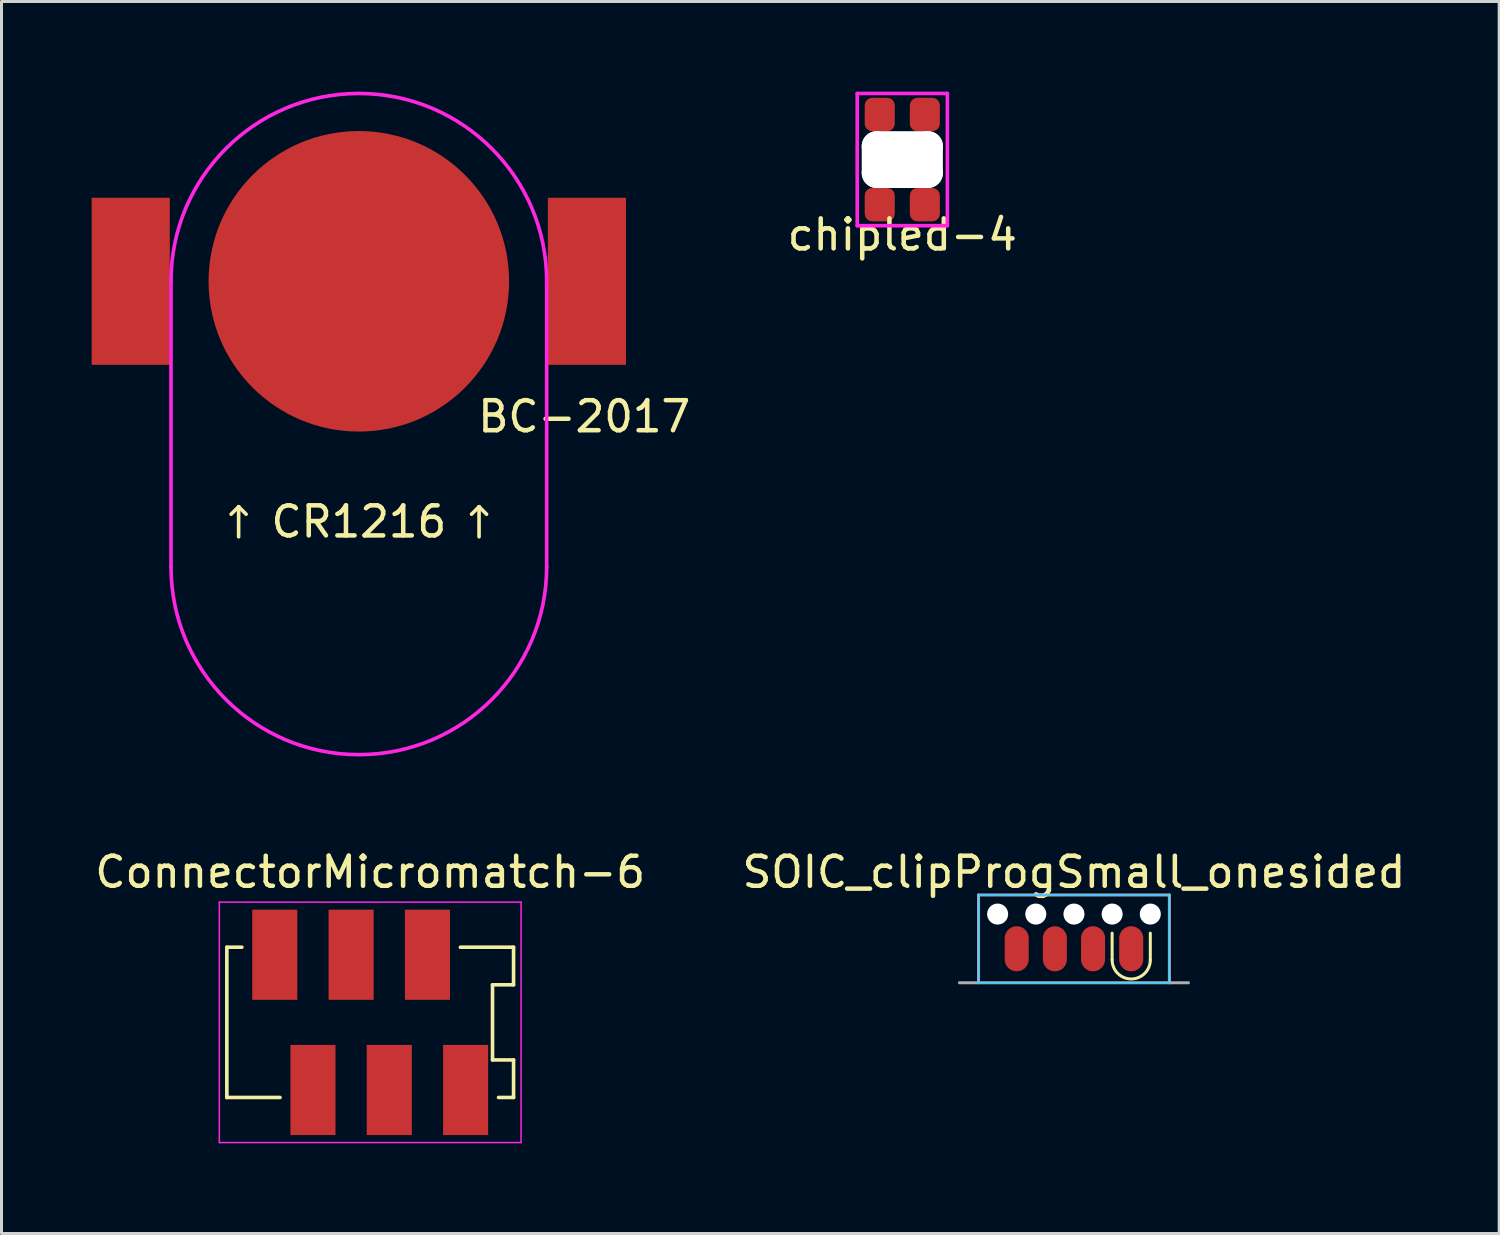
<source format=kicad_pcb>
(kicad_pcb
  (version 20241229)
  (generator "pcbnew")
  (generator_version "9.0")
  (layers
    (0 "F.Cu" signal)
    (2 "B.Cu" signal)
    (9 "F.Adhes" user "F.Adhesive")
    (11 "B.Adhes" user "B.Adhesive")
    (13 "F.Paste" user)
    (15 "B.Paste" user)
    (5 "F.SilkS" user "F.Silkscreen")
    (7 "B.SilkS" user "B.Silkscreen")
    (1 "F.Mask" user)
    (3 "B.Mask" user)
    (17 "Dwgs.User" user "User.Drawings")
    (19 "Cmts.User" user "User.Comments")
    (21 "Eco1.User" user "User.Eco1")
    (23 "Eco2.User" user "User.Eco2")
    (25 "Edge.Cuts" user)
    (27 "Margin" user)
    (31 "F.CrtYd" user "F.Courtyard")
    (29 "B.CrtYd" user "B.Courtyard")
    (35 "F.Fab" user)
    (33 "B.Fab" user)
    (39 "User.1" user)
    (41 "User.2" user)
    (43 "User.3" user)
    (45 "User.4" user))
  (footprint "chipled-4"
    (layer "F.Cu")
    (at 26.973 2.26)
    (property "Reference" "chipled-4" (at 0 2.5 0) (layer "F.SilkS") (effects (font (size 1 1) (thickness 0.15))))
    (attr through_hole)
    (fp_line (start -1.5 -2.2) (end 1.5 -2.2) (stroke (width 0.12) (type solid)) (layer "F.CrtYd"))
    (fp_line (start -1.5 2.2) (end -1.5 -2.2) (stroke (width 0.12) (type solid)) (layer "F.CrtYd"))
    (fp_line (start 1.5 -2.2) (end 1.5 2.2) (stroke (width 0.12) (type solid)) (layer "F.CrtYd"))
    (fp_line (start 1.5 2.2) (end -1.5 2.2) (stroke (width 0.12) (type solid)) (layer "F.CrtYd"))
    (pad "" np_thru_hole oval (at -0.85 0) (size 1 1.89) (drill oval 1 1.89) (layers "*.Cu" "*.Mask"))
    (pad "" np_thru_hole oval (at 0 -0.445) (size 2.7 1) (drill oval 2.7 1) (layers "*.Cu" "*.Mask"))
    (pad "" np_thru_hole oval (at 0 0.445) (size 2.7 1) (drill oval 2.7 1) (layers "*.Cu" "*.Mask"))
    (pad "" np_thru_hole oval (at 0.85 0) (size 1 1.89) (drill oval 1 1.89) (layers "*.Cu" "*.Mask"))
    (pad "1" smd roundrect (at -0.75 -1.5) (size 1 1.11) (layers "F.Cu" "F.Mask" "F.Paste") (roundrect_rratio 0.25))
    (pad "2" smd roundrect (at 0.75 -1.5) (size 1 1.11) (layers "F.Cu" "F.Mask" "F.Paste") (roundrect_rratio 0.25))
    (pad "3" smd roundrect (at 0.75 1.5) (size 1 1.11) (layers "F.Cu" "F.Mask" "F.Paste") (roundrect_rratio 0.25))
    (pad "4" smd roundrect (at -0.75 1.5) (size 1 1.11) (layers "F.Cu" "F.Mask" "F.Paste") (roundrect_rratio 0.25)))
  (footprint "SOIC_clipProgSmall_onesided"
    (layer "F.Cu")
    (at 32.685 29.27)
    (property "Reference" "SOIC_clipProgSmall_onesided" (at 0 -3.302 0) (layer "F.SilkS") (effects (font (size 1 1) (thickness 0.15))))
    (attr through_hole)
    (fp_line (start 1.27 -0.381) (end 1.27 -1.27) (stroke (width 0.1) (type solid)) (layer "F.SilkS"))
    (fp_line (start 2.54 -0.381) (end 2.54 -1.27) (stroke (width 0.1) (type solid)) (layer "F.SilkS"))
    (fp_arc (start 2.54 -0.381) (mid 1.905 0.254) (end 1.27 -0.381) (stroke (width 0.1) (type solid)) (layer "F.SilkS"))
    (fp_line (start -3.175 -2.54) (end 3.175 -2.54) (stroke (width 0.05) (type solid)) (layer "B.CrtYd"))
    (fp_line (start -3.175 0.381) (end -3.175 -2.54) (stroke (width 0.05) (type solid)) (layer "B.CrtYd"))
    (fp_line (start 3.175 -2.54) (end 3.175 0.381) (stroke (width 0.05) (type solid)) (layer "B.CrtYd"))
    (fp_line (start 3.175 0.381) (end -3.175 0.381) (stroke (width 0.05) (type solid)) (layer "B.CrtYd"))
    (fp_line (start -3.175 -2.54) (end -3.175 0.381) (stroke (width 0.05) (type solid)) (layer "F.CrtYd"))
    (fp_line (start -3.175 0.381) (end 3.175 0.381) (stroke (width 0.05) (type solid)) (layer "F.CrtYd"))
    (fp_line (start 3.175 -2.54) (end -3.175 -2.54) (stroke (width 0.05) (type solid)) (layer "F.CrtYd"))
    (fp_line (start 3.175 0.381) (end 3.175 -2.54) (stroke (width 0.05) (type solid)) (layer "F.CrtYd"))
    (fp_line (start -3.81 0.381) (end 3.81 0.381) (stroke (width 0.1) (type solid)) (layer "F.Fab"))
    (fp_line (start -3.175 -2.54) (end -3.175 0.381) (stroke (width 0.1) (type solid)) (layer "F.Fab"))
    (fp_line (start 3.175 -2.54) (end -3.175 -2.54) (stroke (width 0.1) (type solid)) (layer "F.Fab"))
    (fp_line (start 3.175 0.381) (end 3.175 -2.54) (stroke (width 0.1) (type solid)) (layer "F.Fab"))
    (pad "" np_thru_hole circle (at -2.54 -1.905) (size 0.7 0.7) (drill 0.7) (layers "*.Cu" "*.Mask"))
    (pad "" np_thru_hole circle (at -1.27 -1.905) (size 0.7 0.7) (drill 0.7) (layers "*.Cu" "*.Mask"))
    (pad "" np_thru_hole circle (at 0 -1.905) (size 0.7 0.7) (drill 0.7) (layers "*.Cu" "*.Mask"))
    (pad "" np_thru_hole circle (at 1.27 -1.905) (size 0.7 0.7) (drill 0.7) (layers "*.Cu" "*.Mask"))
    (pad "" np_thru_hole circle (at 2.54 -1.905) (size 0.7 0.7) (drill 0.7) (layers "*.Cu" "*.Mask"))
    (pad "1" smd oval (at 1.905 -0.75) (size 0.8 1.5) (layers "F.Cu" "F.Mask"))
    (pad "2" smd oval (at 0.635 -0.75) (size 0.8 1.5) (layers "F.Cu" "F.Mask"))
    (pad "3" smd oval (at -0.635 -0.75) (size 0.8 1.5) (layers "F.Cu" "F.Mask"))
    (pad "4" smd oval (at -1.905 -0.75) (size 0.8 1.5) (layers "F.Cu" "F.Mask")))
  (footprint "BC-2017"
    (layer "F.Cu")
    (at 8.89 6.31)
    (property "Reference" "BC-2017" (at 7.5 4.5 0) (layer "F.SilkS") (effects (font (size 1 1) (thickness 0.15))))
    (attr through_hole)
    (fp_line (start -4 7.5) (end -4.25 7.75) (stroke (width 0.12) (type solid)) (layer "F.SilkS"))
    (fp_line (start -4 7.5) (end -3.75 7.75) (stroke (width 0.12) (type solid)) (layer "F.SilkS"))
    (fp_line (start -4 8.5) (end -4 7.5) (stroke (width 0.12) (type solid)) (layer "F.SilkS"))
    (fp_line (start 4 7.5) (end 3.75 7.75) (stroke (width 0.12) (type solid)) (layer "F.SilkS"))
    (fp_line (start 4 7.5) (end 4.25 7.75) (stroke (width 0.12) (type solid)) (layer "F.SilkS"))
    (fp_line (start 4 8.5) (end 4 7.5) (stroke (width 0.12) (type solid)) (layer "F.SilkS"))
    (fp_line (start -6.25 9.5) (end -6.25 0) (stroke (width 0.12) (type solid)) (layer "F.CrtYd"))
    (fp_line (start 6.25 0) (end 6.25 9.5) (stroke (width 0.12) (type solid)) (layer "F.CrtYd"))
    (fp_arc (start -6.25 0) (mid 0 -6.25) (end 6.25 0) (stroke (width 0.12) (type solid)) (layer "F.CrtYd"))
    (fp_arc (start 6.25 9.5) (mid 0 15.75) (end -6.25 9.5) (stroke (width 0.12) (type solid)) (layer "F.CrtYd"))
    (fp_text user "CR1216" (at 0 8 0) (layer "F.SilkS") (effects (font (size 1 1) (thickness 0.15))))
    (pad "1" smd rect (at -7.59 0) (size 2.6 5.56) (layers "F.Cu" "F.Mask" "F.Paste"))
    (pad "1" smd rect (at 7.59 0) (size 2.6 5.56) (layers "F.Cu" "F.Mask" "F.Paste"))
    (pad "2" smd circle (at 0 0) (size 10 10) (layers "F.Cu" "F.Mask")))
  (footprint "ConnectorMicromatch-6"
    (layer "F.Cu")
    (at 9.268 30.968)
    (property "Reference" "ConnectorMicromatch-6" (at 0 -5 0) (layer "F.SilkS") (effects (font (size 1 1) (thickness 0.15))))
    (attr smd)
    (fp_line (start -4.77 -2.5) (end -4.77 2.5) (stroke (width 0.12) (type solid)) (layer "F.SilkS"))
    (fp_line (start -4.77 2.5) (end -3 2.5) (stroke (width 0.12) (type solid)) (layer "F.SilkS"))
    (fp_line (start -4.27 -2.5) (end -4.77 -2.5) (stroke (width 0.12) (type solid)) (layer "F.SilkS"))
    (fp_line (start 3 -2.5) (end 4.77 -2.5) (stroke (width 0.12) (type solid)) (layer "F.SilkS"))
    (fp_line (start 4.07 -1.25) (end 4.07 1.25) (stroke (width 0.12) (type solid)) (layer "F.SilkS"))
    (fp_line (start 4.07 1.25) (end 4.77 1.25) (stroke (width 0.12) (type solid)) (layer "F.SilkS"))
    (fp_line (start 4.77 -2.5) (end 4.77 -1.25) (stroke (width 0.12) (type solid)) (layer "F.SilkS"))
    (fp_line (start 4.77 -1.25) (end 4.07 -1.25) (stroke (width 0.12) (type solid)) (layer "F.SilkS"))
    (fp_line (start 4.77 1.25) (end 4.77 2.5) (stroke (width 0.12) (type solid)) (layer "F.SilkS"))
    (fp_line (start 4.77 2.5) (end 4.27 2.5) (stroke (width 0.12) (type solid)) (layer "F.SilkS"))
    (fp_line (start -5.02 -4) (end 5.02 -4) (stroke (width 0.05) (type solid)) (layer "F.CrtYd"))
    (fp_line (start -5.02 4) (end -5.02 -4) (stroke (width 0.05) (type solid)) (layer "F.CrtYd"))
    (fp_line (start 5.02 -4) (end 5.02 4) (stroke (width 0.05) (type solid)) (layer "F.CrtYd"))
    (fp_line (start 5.02 4) (end -5.02 4) (stroke (width 0.05) (type solid)) (layer "F.CrtYd"))
    (pad "1" smd rect (at 3.175 2.25) (size 1.5 3) (layers "F.Cu" "F.Mask" "F.Paste"))
    (pad "2" smd rect (at 1.905 -2.25) (size 1.5 3) (layers "F.Cu" "F.Mask" "F.Paste"))
    (pad "3" smd rect (at 0.635 2.25) (size 1.5 3) (layers "F.Cu" "F.Mask" "F.Paste"))
    (pad "4" smd rect (at -0.635 -2.25) (size 1.5 3) (layers "F.Cu" "F.Mask" "F.Paste"))
    (pad "5" smd rect (at -1.905 2.25) (size 1.5 3) (layers "F.Cu" "F.Mask" "F.Paste"))
    (pad "6" smd rect (at -3.175 -2.25) (size 1.5 3) (layers "F.Cu" "F.Mask" "F.Paste")))
  (gr_rect
    (start -3 -3)
    (end 46.833 37.993)
    (stroke (width 0.1) (type default))
    (fill no)
    (layer "Edge.Cuts")))
</source>
